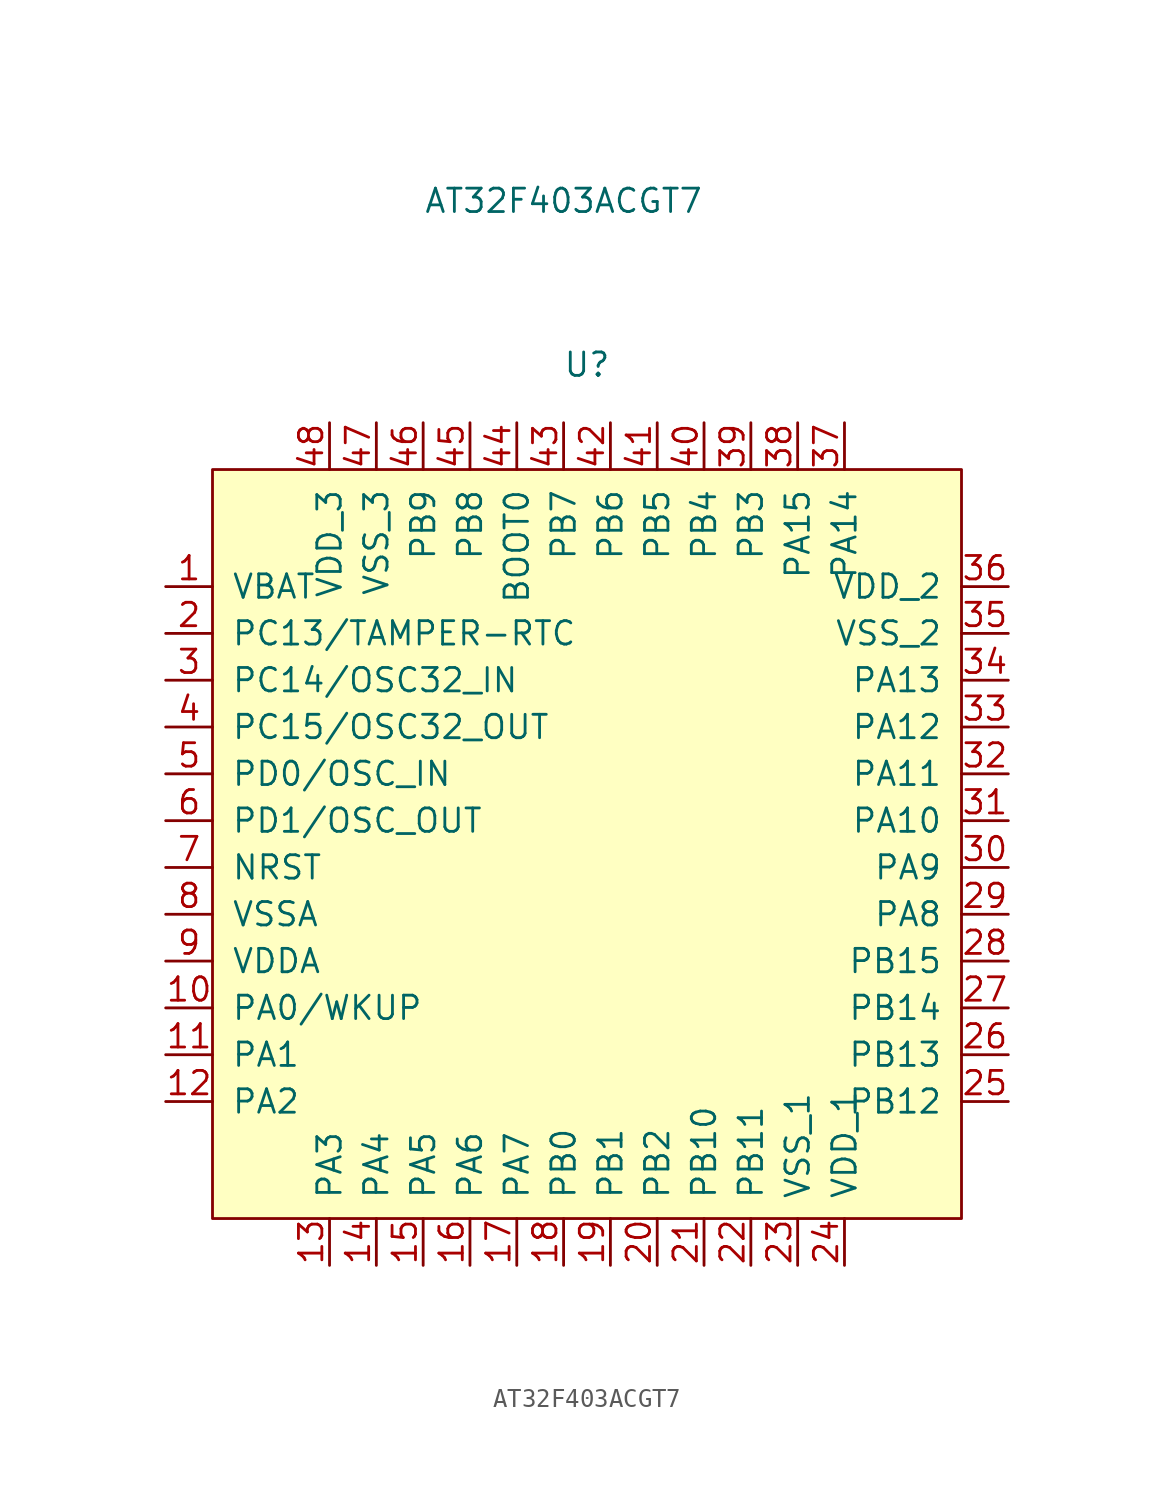
<source format=kicad_sym>
(kicad_symbol_lib
  (version 20220914)
  (generator kicad_symbol_editor)
  (symbol "AT32F403ACGT7"
    (pin_names
      (offset 1.016))
    (property "Reference" "U"
      (at 1.27 26.01 0)
      (effects (font (size 1.27 1.27))))
    (property "Value" "AT32F403ACGT7"
      (at 0 34.9 0)
      (effects (font (size 1.27 1.27))))
    (symbol "AT32F403ACGT7_1_1"
      (rectangle (start -19.05 20.32) (end 21.59 -20.32) (stroke (width 0) (type default)) (fill (type background)))
      (pin power_in line (at -21.59 13.97 0) (length 2.54) (name "VBAT" (effects (font (size 1.27 1.27)))) (number "1" (effects (font (size 1.27 1.27)))))
      (pin bidirectional line (at -21.59 -8.89 0) (length 2.54) (name "PA0/WKUP" (effects (font (size 1.27 1.27)))) (number "10" (effects (font (size 1.27 1.27)))))
      (pin bidirectional line (at -21.59 -11.43 0) (length 2.54) (name "PA1" (effects (font (size 1.27 1.27)))) (number "11" (effects (font (size 1.27 1.27)))))
      (pin bidirectional line (at -21.59 -13.97 0) (length 2.54) (name "PA2" (effects (font (size 1.27 1.27)))) (number "12" (effects (font (size 1.27 1.27)))))
      (pin bidirectional line (at -12.7 -22.86 90) (length 2.54) (name "PA3" (effects (font (size 1.27 1.27)))) (number "13" (effects (font (size 1.27 1.27)))))
      (pin bidirectional line (at -10.16 -22.86 90) (length 2.54) (name "PA4" (effects (font (size 1.27 1.27)))) (number "14" (effects (font (size 1.27 1.27)))))
      (pin bidirectional line (at -7.62 -22.86 90) (length 2.54) (name "PA5" (effects (font (size 1.27 1.27)))) (number "15" (effects (font (size 1.27 1.27)))))
      (pin bidirectional line (at -5.08 -22.86 90) (length 2.54) (name "PA6" (effects (font (size 1.27 1.27)))) (number "16" (effects (font (size 1.27 1.27)))))
      (pin bidirectional line (at -2.54 -22.86 90) (length 2.54) (name "PA7" (effects (font (size 1.27 1.27)))) (number "17" (effects (font (size 1.27 1.27)))))
      (pin bidirectional line (at 0 -22.86 90) (length 2.54) (name "PB0" (effects (font (size 1.27 1.27)))) (number "18" (effects (font (size 1.27 1.27)))))
      (pin bidirectional line (at 2.54 -22.86 90) (length 2.54) (name "PB1" (effects (font (size 1.27 1.27)))) (number "19" (effects (font (size 1.27 1.27)))))
      (pin bidirectional line (at -21.59 11.43 0) (length 2.54) (name "PC13/TAMPER-RTC" (effects (font (size 1.27 1.27)))) (number "2" (effects (font (size 1.27 1.27)))))
      (pin bidirectional line (at 5.08 -22.86 90) (length 2.54) (name "PB2" (effects (font (size 1.27 1.27)))) (number "20" (effects (font (size 1.27 1.27)))))
      (pin bidirectional line (at 7.62 -22.86 90) (length 2.54) (name "PB10" (effects (font (size 1.27 1.27)))) (number "21" (effects (font (size 1.27 1.27)))))
      (pin bidirectional line (at 10.16 -22.86 90) (length 2.54) (name "PB11" (effects (font (size 1.27 1.27)))) (number "22" (effects (font (size 1.27 1.27)))))
      (pin power_in line (at 12.7 -22.86 90) (length 2.54) (name "VSS_1" (effects (font (size 1.27 1.27)))) (number "23" (effects (font (size 1.27 1.27)))))
      (pin power_in line (at 15.24 -22.86 90) (length 2.54) (name "VDD_1" (effects (font (size 1.27 1.27)))) (number "24" (effects (font (size 1.27 1.27)))))
      (pin bidirectional line (at 24.13 -13.97 180) (length 2.54) (name "PB12" (effects (font (size 1.27 1.27)))) (number "25" (effects (font (size 1.27 1.27)))))
      (pin bidirectional line (at 24.13 -11.43 180) (length 2.54) (name "PB13" (effects (font (size 1.27 1.27)))) (number "26" (effects (font (size 1.27 1.27)))))
      (pin bidirectional line (at 24.13 -8.89 180) (length 2.54) (name "PB14" (effects (font (size 1.27 1.27)))) (number "27" (effects (font (size 1.27 1.27)))))
      (pin bidirectional line (at 24.13 -6.35 180) (length 2.54) (name "PB15" (effects (font (size 1.27 1.27)))) (number "28" (effects (font (size 1.27 1.27)))))
      (pin bidirectional line (at 24.13 -3.81 180) (length 2.54) (name "PA8" (effects (font (size 1.27 1.27)))) (number "29" (effects (font (size 1.27 1.27)))))
      (pin bidirectional line (at -21.59 8.89 0) (length 2.54) (name "PC14/OSC32_IN" (effects (font (size 1.27 1.27)))) (number "3" (effects (font (size 1.27 1.27)))))
      (pin bidirectional line (at 24.13 -1.27 180) (length 2.54) (name "PA9" (effects (font (size 1.27 1.27)))) (number "30" (effects (font (size 1.27 1.27)))))
      (pin bidirectional line (at 24.13 1.27 180) (length 2.54) (name "PA10" (effects (font (size 1.27 1.27)))) (number "31" (effects (font (size 1.27 1.27)))))
      (pin bidirectional line (at 24.13 3.81 180) (length 2.54) (name "PA11" (effects (font (size 1.27 1.27)))) (number "32" (effects (font (size 1.27 1.27)))))
      (pin bidirectional line (at 24.13 6.35 180) (length 2.54) (name "PA12" (effects (font (size 1.27 1.27)))) (number "33" (effects (font (size 1.27 1.27)))))
      (pin bidirectional line (at 24.13 8.89 180) (length 2.54) (name "PA13" (effects (font (size 1.27 1.27)))) (number "34" (effects (font (size 1.27 1.27)))))
      (pin power_in line (at 24.13 11.43 180) (length 2.54) (name "VSS_2" (effects (font (size 1.27 1.27)))) (number "35" (effects (font (size 1.27 1.27)))))
      (pin power_in line (at 24.13 13.97 180) (length 2.54) (name "VDD_2" (effects (font (size 1.27 1.27)))) (number "36" (effects (font (size 1.27 1.27)))))
      (pin bidirectional line (at 15.24 22.86 270) (length 2.54) (name "PA14" (effects (font (size 1.27 1.27)))) (number "37" (effects (font (size 1.27 1.27)))))
      (pin bidirectional line (at 12.7 22.86 270) (length 2.54) (name "PA15" (effects (font (size 1.27 1.27)))) (number "38" (effects (font (size 1.27 1.27)))))
      (pin bidirectional line (at 10.16 22.86 270) (length 2.54) (name "PB3" (effects (font (size 1.27 1.27)))) (number "39" (effects (font (size 1.27 1.27)))))
      (pin bidirectional line (at -21.59 6.35 0) (length 2.54) (name "PC15/OSC32_OUT" (effects (font (size 1.27 1.27)))) (number "4" (effects (font (size 1.27 1.27)))))
      (pin bidirectional line (at 7.62 22.86 270) (length 2.54) (name "PB4" (effects (font (size 1.27 1.27)))) (number "40" (effects (font (size 1.27 1.27)))))
      (pin bidirectional line (at 5.08 22.86 270) (length 2.54) (name "PB5" (effects (font (size 1.27 1.27)))) (number "41" (effects (font (size 1.27 1.27)))))
      (pin bidirectional line (at 2.54 22.86 270) (length 2.54) (name "PB6" (effects (font (size 1.27 1.27)))) (number "42" (effects (font (size 1.27 1.27)))))
      (pin bidirectional line (at 0 22.86 270) (length 2.54) (name "PB7" (effects (font (size 1.27 1.27)))) (number "43" (effects (font (size 1.27 1.27)))))
      (pin bidirectional line (at -2.54 22.86 270) (length 2.54) (name "BOOT0" (effects (font (size 1.27 1.27)))) (number "44" (effects (font (size 1.27 1.27)))))
      (pin bidirectional line (at -5.08 22.86 270) (length 2.54) (name "PB8" (effects (font (size 1.27 1.27)))) (number "45" (effects (font (size 1.27 1.27)))))
      (pin bidirectional line (at -7.62 22.86 270) (length 2.54) (name "PB9" (effects (font (size 1.27 1.27)))) (number "46" (effects (font (size 1.27 1.27)))))
      (pin power_in line (at -10.16 22.86 270) (length 2.54) (name "VSS_3" (effects (font (size 1.27 1.27)))) (number "47" (effects (font (size 1.27 1.27)))))
      (pin power_in line (at -12.7 22.86 270) (length 2.54) (name "VDD_3" (effects (font (size 1.27 1.27)))) (number "48" (effects (font (size 1.27 1.27)))))
      (pin bidirectional line (at -21.59 3.81 0) (length 2.54) (name "PD0/OSC_IN" (effects (font (size 1.27 1.27)))) (number "5" (effects (font (size 1.27 1.27)))))
      (pin bidirectional line (at -21.59 1.27 0) (length 2.54) (name "PD1/OSC_OUT" (effects (font (size 1.27 1.27)))) (number "6" (effects (font (size 1.27 1.27)))))
      (pin bidirectional line (at -21.59 -1.27 0) (length 2.54) (name "NRST" (effects (font (size 1.27 1.27)))) (number "7" (effects (font (size 1.27 1.27)))))
      (pin power_in line (at -21.59 -3.81 0) (length 2.54) (name "VSSA" (effects (font (size 1.27 1.27)))) (number "8" (effects (font (size 1.27 1.27)))))
      (pin power_in line (at -21.59 -6.35 0) (length 2.54) (name "VDDA" (effects (font (size 1.27 1.27)))) (number "9" (effects (font (size 1.27 1.27))))))))
</source>
